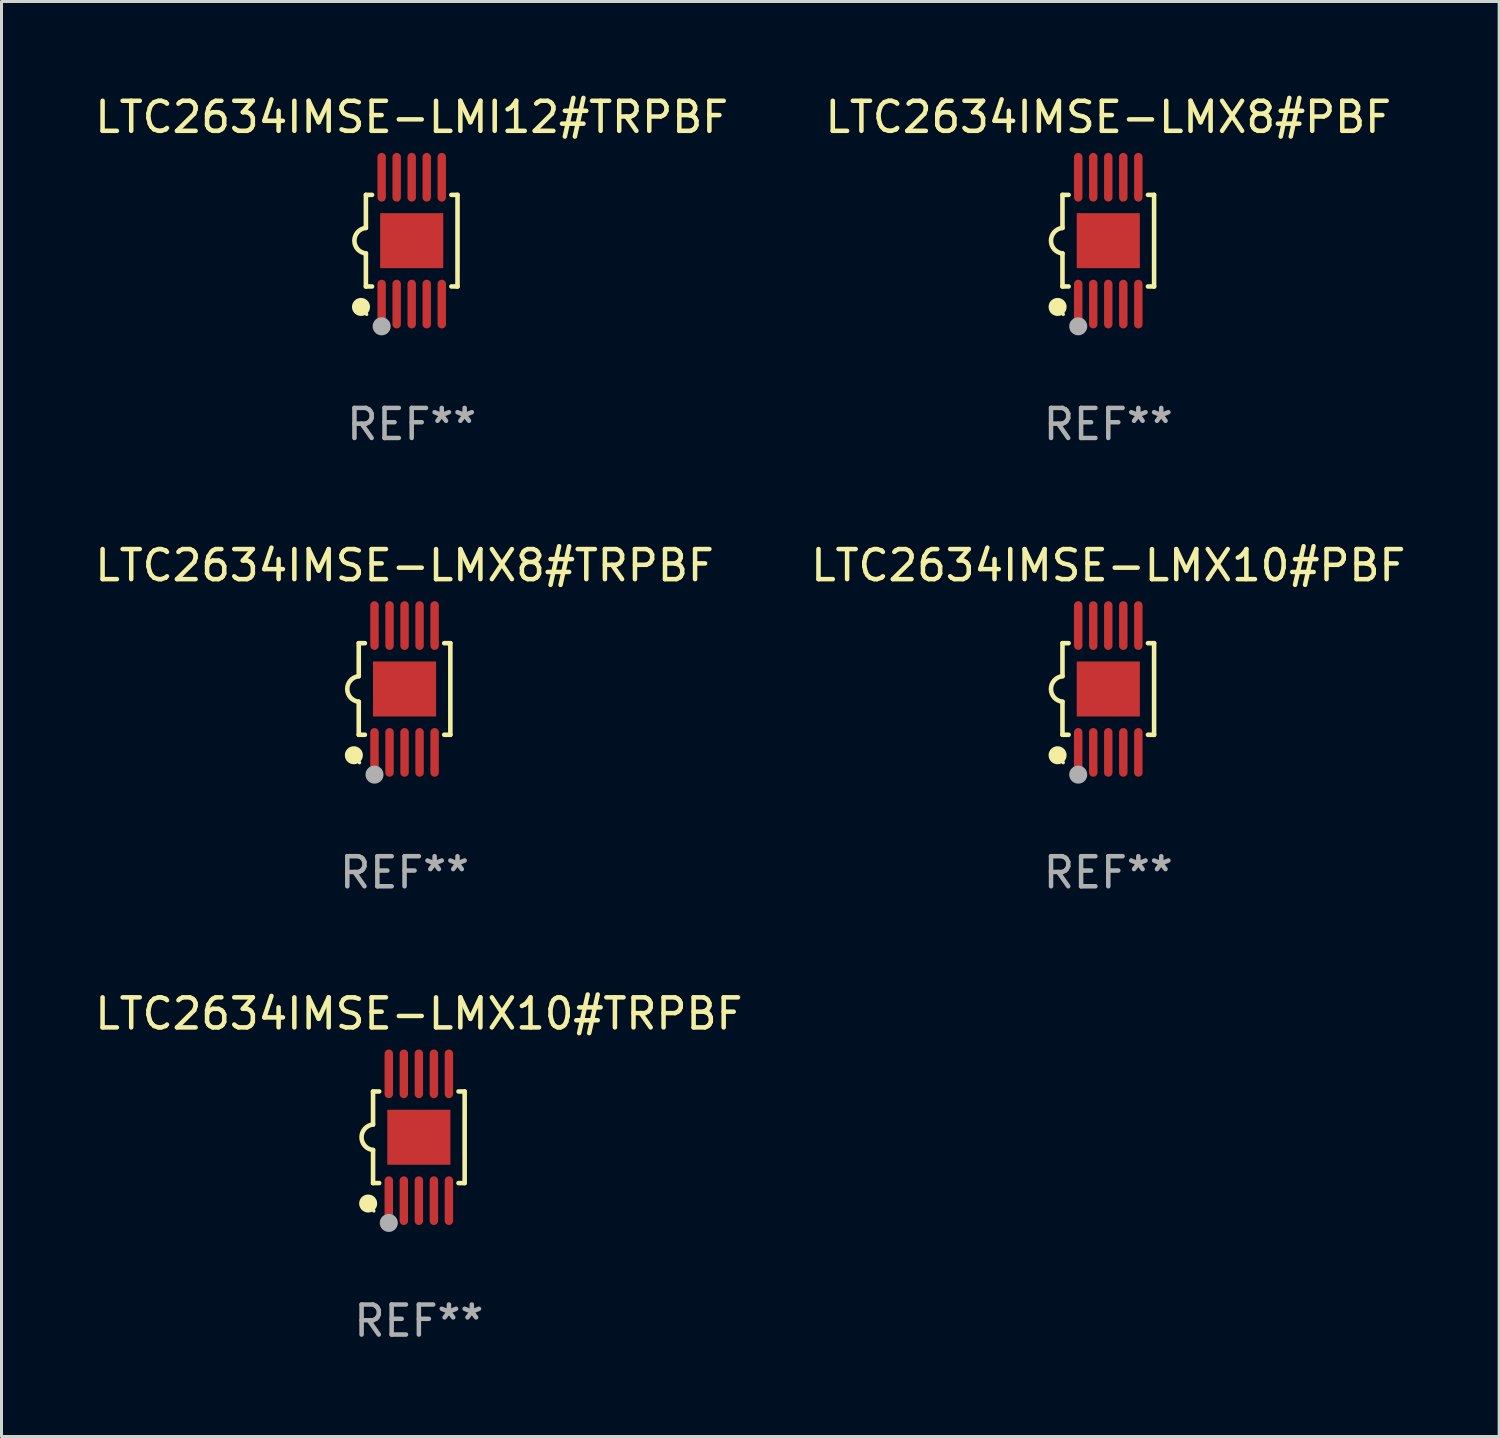
<source format=kicad_pcb>
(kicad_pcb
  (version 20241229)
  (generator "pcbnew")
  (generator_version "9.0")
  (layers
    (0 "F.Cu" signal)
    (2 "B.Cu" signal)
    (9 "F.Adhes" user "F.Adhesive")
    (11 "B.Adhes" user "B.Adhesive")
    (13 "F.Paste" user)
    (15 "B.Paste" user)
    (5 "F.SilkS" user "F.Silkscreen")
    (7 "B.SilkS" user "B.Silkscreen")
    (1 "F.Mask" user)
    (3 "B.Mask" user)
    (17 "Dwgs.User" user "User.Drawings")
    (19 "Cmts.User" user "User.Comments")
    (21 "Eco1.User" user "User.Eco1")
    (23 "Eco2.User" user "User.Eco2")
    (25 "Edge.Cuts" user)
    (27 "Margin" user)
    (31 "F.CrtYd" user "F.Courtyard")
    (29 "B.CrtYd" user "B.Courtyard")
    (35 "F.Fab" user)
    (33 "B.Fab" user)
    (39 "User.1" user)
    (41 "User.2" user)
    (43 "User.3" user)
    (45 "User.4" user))
  (footprint "LTC2634IMSE-LMX8#TRPBF"
    (layer "F.Cu")
    (at 10.411 19.875)
    (property "Reference" "LTC2634IMSE-LMX8#TRPBF" (at 0 -4.11 0) (layer "F.SilkS") (effects (font (size 1 1) (thickness 0.15))))
    (attr through_hole)
    (fp_line (start -1.524 -1.524) (end -1.524 -0.424) (stroke (width 0.152) (type solid)) (layer "F.SilkS"))
    (fp_line (start -1.524 1.524) (end -1.524 0.424) (stroke (width 0.152) (type solid)) (layer "F.SilkS"))
    (fp_line (start -1.524 1.524) (end -1.32 1.524) (stroke (width 0.152) (type solid)) (layer "F.SilkS"))
    (fp_line (start -1.32 -1.524) (end -1.524 -1.524) (stroke (width 0.152) (type solid)) (layer "F.SilkS"))
    (fp_line (start 1.32 1.524) (end 1.524 1.524) (stroke (width 0.152) (type solid)) (layer "F.SilkS"))
    (fp_line (start 1.524 -1.524) (end 1.32 -1.524) (stroke (width 0.152) (type solid)) (layer "F.SilkS"))
    (fp_line (start 1.524 1.524) (end 1.524 -1.524) (stroke (width 0.152) (type solid)) (layer "F.SilkS"))
    (fp_arc (start -1.524003 0.424003) (mid -1.906663 -0.000089) (end -1.524004 -0.424181) (stroke (width 0.151994) (type solid)) (layer "F.SilkS"))
    (fp_circle (center -1.687 2.205) (end -1.537 2.205) (stroke (width 0.3) (type solid)) (fill no) (layer "F.SilkS"))
    (fp_circle (center -1.5 2.45) (end -1.47 2.45) (stroke (width 0.06) (type solid)) (fill no) (layer "F.SilkS"))
    (fp_circle (center -1 2.85) (end -0.85 2.85) (stroke (width 0.3) (type solid)) (fill no) (layer "F.Fab"))
    (fp_text user "REF**" (at 0 6.11 0) (layer "F.Fab") (effects (font (size 1 1) (thickness 0.15))))
    (pad "1" smd oval (at -1 2.11) (size 0.28 1.62) (layers "F.Cu" "F.Mask" "F.Paste"))
    (pad "2" smd oval (at -0.5 2.11) (size 0.28 1.62) (layers "F.Cu" "F.Mask" "F.Paste"))
    (pad "3" smd oval (at 0 2.11) (size 0.28 1.62) (layers "F.Cu" "F.Mask" "F.Paste"))
    (pad "4" smd oval (at 0.5 2.11) (size 0.28 1.62) (layers "F.Cu" "F.Mask" "F.Paste"))
    (pad "5" smd oval (at 1 2.11) (size 0.28 1.62) (layers "F.Cu" "F.Mask" "F.Paste"))
    (pad "6" smd oval (at 1 -2.11) (size 0.28 1.62) (layers "F.Cu" "F.Mask" "F.Paste"))
    (pad "7" smd oval (at 0.5 -2.11) (size 0.28 1.62) (layers "F.Cu" "F.Mask" "F.Paste"))
    (pad "8" smd oval (at 0 -2.11) (size 0.28 1.62) (layers "F.Cu" "F.Mask" "F.Paste"))
    (pad "9" smd oval (at -0.5 -2.11) (size 0.28 1.62) (layers "F.Cu" "F.Mask" "F.Paste"))
    (pad "10" smd oval (at -1 -2.11) (size 0.28 1.62) (layers "F.Cu" "F.Mask" "F.Paste"))
    (pad "11" smd rect (at 0 0) (size 2.1 1.83) (layers "F.Cu" "F.Mask" "F.Paste")))
  (footprint "LTC2634IMSE-LMI12#TRPBF"
    (layer "F.Cu")
    (at 10.649 4.958)
    (property "Reference" "LTC2634IMSE-LMI12#TRPBF" (at 0 -4.11 0) (layer "F.SilkS") (effects (font (size 1 1) (thickness 0.15))))
    (attr through_hole)
    (fp_line (start -1.524 -1.524) (end -1.524 -0.424) (stroke (width 0.152) (type solid)) (layer "F.SilkS"))
    (fp_line (start -1.524 1.524) (end -1.524 0.424) (stroke (width 0.152) (type solid)) (layer "F.SilkS"))
    (fp_line (start -1.524 1.524) (end -1.32 1.524) (stroke (width 0.152) (type solid)) (layer "F.SilkS"))
    (fp_line (start -1.32 -1.524) (end -1.524 -1.524) (stroke (width 0.152) (type solid)) (layer "F.SilkS"))
    (fp_line (start 1.32 1.524) (end 1.524 1.524) (stroke (width 0.152) (type solid)) (layer "F.SilkS"))
    (fp_line (start 1.524 -1.524) (end 1.32 -1.524) (stroke (width 0.152) (type solid)) (layer "F.SilkS"))
    (fp_line (start 1.524 1.524) (end 1.524 -1.524) (stroke (width 0.152) (type solid)) (layer "F.SilkS"))
    (fp_arc (start -1.524003 0.424003) (mid -1.906663 -0.000089) (end -1.524004 -0.424181) (stroke (width 0.151994) (type solid)) (layer "F.SilkS"))
    (fp_circle (center -1.687 2.205) (end -1.537 2.205) (stroke (width 0.3) (type solid)) (fill no) (layer "F.SilkS"))
    (fp_circle (center -1.5 2.45) (end -1.47 2.45) (stroke (width 0.06) (type solid)) (fill no) (layer "F.SilkS"))
    (fp_circle (center -1 2.85) (end -0.85 2.85) (stroke (width 0.3) (type solid)) (fill no) (layer "F.Fab"))
    (fp_text user "REF**" (at 0 6.11 0) (layer "F.Fab") (effects (font (size 1 1) (thickness 0.15))))
    (pad "1" smd oval (at -1 2.11) (size 0.28 1.62) (layers "F.Cu" "F.Mask" "F.Paste"))
    (pad "2" smd oval (at -0.5 2.11) (size 0.28 1.62) (layers "F.Cu" "F.Mask" "F.Paste"))
    (pad "3" smd oval (at 0 2.11) (size 0.28 1.62) (layers "F.Cu" "F.Mask" "F.Paste"))
    (pad "4" smd oval (at 0.5 2.11) (size 0.28 1.62) (layers "F.Cu" "F.Mask" "F.Paste"))
    (pad "5" smd oval (at 1 2.11) (size 0.28 1.62) (layers "F.Cu" "F.Mask" "F.Paste"))
    (pad "6" smd oval (at 1 -2.11) (size 0.28 1.62) (layers "F.Cu" "F.Mask" "F.Paste"))
    (pad "7" smd oval (at 0.5 -2.11) (size 0.28 1.62) (layers "F.Cu" "F.Mask" "F.Paste"))
    (pad "8" smd oval (at 0 -2.11) (size 0.28 1.62) (layers "F.Cu" "F.Mask" "F.Paste"))
    (pad "9" smd oval (at -0.5 -2.11) (size 0.28 1.62) (layers "F.Cu" "F.Mask" "F.Paste"))
    (pad "10" smd oval (at -1 -2.11) (size 0.28 1.62) (layers "F.Cu" "F.Mask" "F.Paste"))
    (pad "11" smd rect (at 0 0) (size 2.1 1.83) (layers "F.Cu" "F.Mask" "F.Paste")))
  (footprint "LTC2634IMSE-LMX8#PBF"
    (layer "F.Cu")
    (at 33.827 4.958)
    (property "Reference" "LTC2634IMSE-LMX8#PBF" (at 0 -4.11 0) (layer "F.SilkS") (effects (font (size 1 1) (thickness 0.15))))
    (attr through_hole)
    (fp_line (start -1.524 -1.524) (end -1.524 -0.424) (stroke (width 0.152) (type solid)) (layer "F.SilkS"))
    (fp_line (start -1.524 1.524) (end -1.524 0.424) (stroke (width 0.152) (type solid)) (layer "F.SilkS"))
    (fp_line (start -1.524 1.524) (end -1.32 1.524) (stroke (width 0.152) (type solid)) (layer "F.SilkS"))
    (fp_line (start -1.32 -1.524) (end -1.524 -1.524) (stroke (width 0.152) (type solid)) (layer "F.SilkS"))
    (fp_line (start 1.32 1.524) (end 1.524 1.524) (stroke (width 0.152) (type solid)) (layer "F.SilkS"))
    (fp_line (start 1.524 -1.524) (end 1.32 -1.524) (stroke (width 0.152) (type solid)) (layer "F.SilkS"))
    (fp_line (start 1.524 1.524) (end 1.524 -1.524) (stroke (width 0.152) (type solid)) (layer "F.SilkS"))
    (fp_arc (start -1.524003 0.424003) (mid -1.906663 -0.000089) (end -1.524004 -0.424181) (stroke (width 0.151994) (type solid)) (layer "F.SilkS"))
    (fp_circle (center -1.687 2.205) (end -1.537 2.205) (stroke (width 0.3) (type solid)) (fill no) (layer "F.SilkS"))
    (fp_circle (center -1.5 2.45) (end -1.47 2.45) (stroke (width 0.06) (type solid)) (fill no) (layer "F.SilkS"))
    (fp_circle (center -1 2.85) (end -0.85 2.85) (stroke (width 0.3) (type solid)) (fill no) (layer "F.Fab"))
    (fp_text user "REF**" (at 0 6.11 0) (layer "F.Fab") (effects (font (size 1 1) (thickness 0.15))))
    (pad "1" smd oval (at -1 2.11) (size 0.28 1.62) (layers "F.Cu" "F.Mask" "F.Paste"))
    (pad "2" smd oval (at -0.5 2.11) (size 0.28 1.62) (layers "F.Cu" "F.Mask" "F.Paste"))
    (pad "3" smd oval (at 0 2.11) (size 0.28 1.62) (layers "F.Cu" "F.Mask" "F.Paste"))
    (pad "4" smd oval (at 0.5 2.11) (size 0.28 1.62) (layers "F.Cu" "F.Mask" "F.Paste"))
    (pad "5" smd oval (at 1 2.11) (size 0.28 1.62) (layers "F.Cu" "F.Mask" "F.Paste"))
    (pad "6" smd oval (at 1 -2.11) (size 0.28 1.62) (layers "F.Cu" "F.Mask" "F.Paste"))
    (pad "7" smd oval (at 0.5 -2.11) (size 0.28 1.62) (layers "F.Cu" "F.Mask" "F.Paste"))
    (pad "8" smd oval (at 0 -2.11) (size 0.28 1.62) (layers "F.Cu" "F.Mask" "F.Paste"))
    (pad "9" smd oval (at -0.5 -2.11) (size 0.28 1.62) (layers "F.Cu" "F.Mask" "F.Paste"))
    (pad "10" smd oval (at -1 -2.11) (size 0.28 1.62) (layers "F.Cu" "F.Mask" "F.Paste"))
    (pad "11" smd rect (at 0 0) (size 2.1 1.83) (layers "F.Cu" "F.Mask" "F.Paste")))
  (footprint "LTC2634IMSE-LMX10#TRPBF"
    (layer "F.Cu")
    (at 10.887 34.791)
    (property "Reference" "LTC2634IMSE-LMX10#TRPBF" (at 0 -4.11 0) (layer "F.SilkS") (effects (font (size 1 1) (thickness 0.15))))
    (attr through_hole)
    (fp_line (start -1.524 -1.524) (end -1.524 -0.424) (stroke (width 0.152) (type solid)) (layer "F.SilkS"))
    (fp_line (start -1.524 1.524) (end -1.524 0.424) (stroke (width 0.152) (type solid)) (layer "F.SilkS"))
    (fp_line (start -1.524 1.524) (end -1.32 1.524) (stroke (width 0.152) (type solid)) (layer "F.SilkS"))
    (fp_line (start -1.32 -1.524) (end -1.524 -1.524) (stroke (width 0.152) (type solid)) (layer "F.SilkS"))
    (fp_line (start 1.32 1.524) (end 1.524 1.524) (stroke (width 0.152) (type solid)) (layer "F.SilkS"))
    (fp_line (start 1.524 -1.524) (end 1.32 -1.524) (stroke (width 0.152) (type solid)) (layer "F.SilkS"))
    (fp_line (start 1.524 1.524) (end 1.524 -1.524) (stroke (width 0.152) (type solid)) (layer "F.SilkS"))
    (fp_arc (start -1.524003 0.424003) (mid -1.906663 -0.000089) (end -1.524004 -0.424181) (stroke (width 0.151994) (type solid)) (layer "F.SilkS"))
    (fp_circle (center -1.687 2.205) (end -1.537 2.205) (stroke (width 0.3) (type solid)) (fill no) (layer "F.SilkS"))
    (fp_circle (center -1.5 2.45) (end -1.47 2.45) (stroke (width 0.06) (type solid)) (fill no) (layer "F.SilkS"))
    (fp_circle (center -1 2.85) (end -0.85 2.85) (stroke (width 0.3) (type solid)) (fill no) (layer "F.Fab"))
    (fp_text user "REF**" (at 0 6.11 0) (layer "F.Fab") (effects (font (size 1 1) (thickness 0.15))))
    (pad "1" smd oval (at -1 2.11) (size 0.28 1.62) (layers "F.Cu" "F.Mask" "F.Paste"))
    (pad "2" smd oval (at -0.5 2.11) (size 0.28 1.62) (layers "F.Cu" "F.Mask" "F.Paste"))
    (pad "3" smd oval (at 0 2.11) (size 0.28 1.62) (layers "F.Cu" "F.Mask" "F.Paste"))
    (pad "4" smd oval (at 0.5 2.11) (size 0.28 1.62) (layers "F.Cu" "F.Mask" "F.Paste"))
    (pad "5" smd oval (at 1 2.11) (size 0.28 1.62) (layers "F.Cu" "F.Mask" "F.Paste"))
    (pad "6" smd oval (at 1 -2.11) (size 0.28 1.62) (layers "F.Cu" "F.Mask" "F.Paste"))
    (pad "7" smd oval (at 0.5 -2.11) (size 0.28 1.62) (layers "F.Cu" "F.Mask" "F.Paste"))
    (pad "8" smd oval (at 0 -2.11) (size 0.28 1.62) (layers "F.Cu" "F.Mask" "F.Paste"))
    (pad "9" smd oval (at -0.5 -2.11) (size 0.28 1.62) (layers "F.Cu" "F.Mask" "F.Paste"))
    (pad "10" smd oval (at -1 -2.11) (size 0.28 1.62) (layers "F.Cu" "F.Mask" "F.Paste"))
    (pad "11" smd rect (at 0 0) (size 2.1 1.83) (layers "F.Cu" "F.Mask" "F.Paste")))
  (footprint "LTC2634IMSE-LMX10#PBF"
    (layer "F.Cu")
    (at 33.827 19.875)
    (property "Reference" "LTC2634IMSE-LMX10#PBF" (at 0 -4.11 0) (layer "F.SilkS") (effects (font (size 1 1) (thickness 0.15))))
    (attr through_hole)
    (fp_line (start -1.524 -1.524) (end -1.524 -0.424) (stroke (width 0.152) (type solid)) (layer "F.SilkS"))
    (fp_line (start -1.524 1.524) (end -1.524 0.424) (stroke (width 0.152) (type solid)) (layer "F.SilkS"))
    (fp_line (start -1.524 1.524) (end -1.32 1.524) (stroke (width 0.152) (type solid)) (layer "F.SilkS"))
    (fp_line (start -1.32 -1.524) (end -1.524 -1.524) (stroke (width 0.152) (type solid)) (layer "F.SilkS"))
    (fp_line (start 1.32 1.524) (end 1.524 1.524) (stroke (width 0.152) (type solid)) (layer "F.SilkS"))
    (fp_line (start 1.524 -1.524) (end 1.32 -1.524) (stroke (width 0.152) (type solid)) (layer "F.SilkS"))
    (fp_line (start 1.524 1.524) (end 1.524 -1.524) (stroke (width 0.152) (type solid)) (layer "F.SilkS"))
    (fp_arc (start -1.524003 0.424003) (mid -1.906663 -0.000089) (end -1.524004 -0.424181) (stroke (width 0.151994) (type solid)) (layer "F.SilkS"))
    (fp_circle (center -1.687 2.205) (end -1.537 2.205) (stroke (width 0.3) (type solid)) (fill no) (layer "F.SilkS"))
    (fp_circle (center -1.5 2.45) (end -1.47 2.45) (stroke (width 0.06) (type solid)) (fill no) (layer "F.SilkS"))
    (fp_circle (center -1 2.85) (end -0.85 2.85) (stroke (width 0.3) (type solid)) (fill no) (layer "F.Fab"))
    (fp_text user "REF**" (at 0 6.11 0) (layer "F.Fab") (effects (font (size 1 1) (thickness 0.15))))
    (pad "1" smd oval (at -1 2.11) (size 0.28 1.62) (layers "F.Cu" "F.Mask" "F.Paste"))
    (pad "2" smd oval (at -0.5 2.11) (size 0.28 1.62) (layers "F.Cu" "F.Mask" "F.Paste"))
    (pad "3" smd oval (at 0 2.11) (size 0.28 1.62) (layers "F.Cu" "F.Mask" "F.Paste"))
    (pad "4" smd oval (at 0.5 2.11) (size 0.28 1.62) (layers "F.Cu" "F.Mask" "F.Paste"))
    (pad "5" smd oval (at 1 2.11) (size 0.28 1.62) (layers "F.Cu" "F.Mask" "F.Paste"))
    (pad "6" smd oval (at 1 -2.11) (size 0.28 1.62) (layers "F.Cu" "F.Mask" "F.Paste"))
    (pad "7" smd oval (at 0.5 -2.11) (size 0.28 1.62) (layers "F.Cu" "F.Mask" "F.Paste"))
    (pad "8" smd oval (at 0 -2.11) (size 0.28 1.62) (layers "F.Cu" "F.Mask" "F.Paste"))
    (pad "9" smd oval (at -0.5 -2.11) (size 0.28 1.62) (layers "F.Cu" "F.Mask" "F.Paste"))
    (pad "10" smd oval (at -1 -2.11) (size 0.28 1.62) (layers "F.Cu" "F.Mask" "F.Paste"))
    (pad "11" smd rect (at 0 0) (size 2.1 1.83) (layers "F.Cu" "F.Mask" "F.Paste")))
  (gr_rect
    (start -3 -3)
    (end 46.833 44.749)
    (stroke (width 0.1) (type default))
    (fill no)
    (layer "Edge.Cuts")))
</source>
